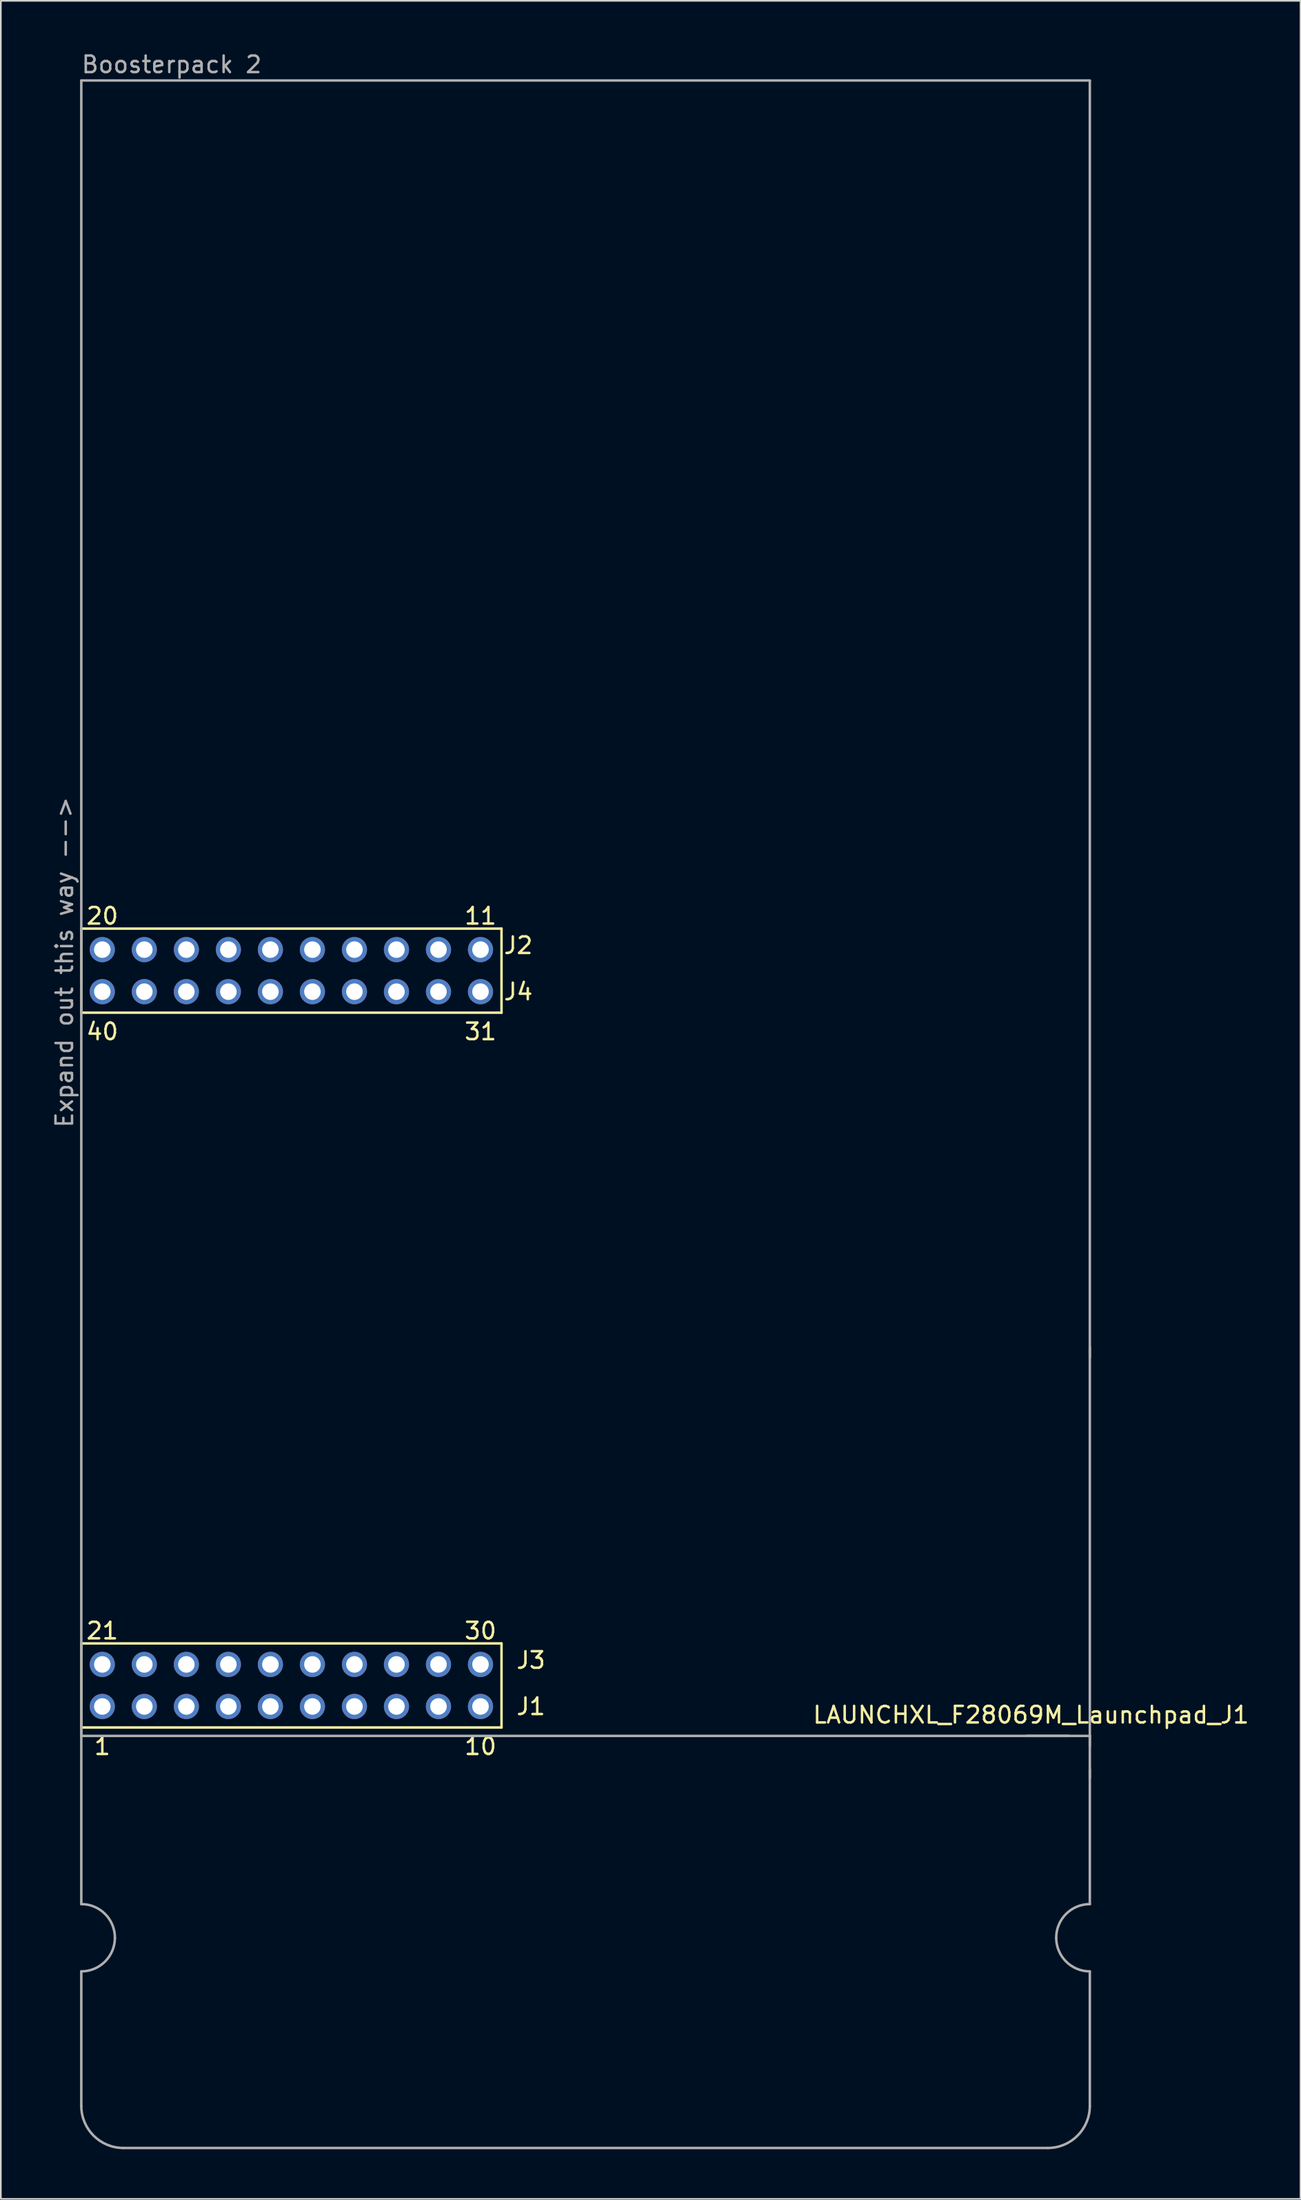
<source format=kicad_pcb>
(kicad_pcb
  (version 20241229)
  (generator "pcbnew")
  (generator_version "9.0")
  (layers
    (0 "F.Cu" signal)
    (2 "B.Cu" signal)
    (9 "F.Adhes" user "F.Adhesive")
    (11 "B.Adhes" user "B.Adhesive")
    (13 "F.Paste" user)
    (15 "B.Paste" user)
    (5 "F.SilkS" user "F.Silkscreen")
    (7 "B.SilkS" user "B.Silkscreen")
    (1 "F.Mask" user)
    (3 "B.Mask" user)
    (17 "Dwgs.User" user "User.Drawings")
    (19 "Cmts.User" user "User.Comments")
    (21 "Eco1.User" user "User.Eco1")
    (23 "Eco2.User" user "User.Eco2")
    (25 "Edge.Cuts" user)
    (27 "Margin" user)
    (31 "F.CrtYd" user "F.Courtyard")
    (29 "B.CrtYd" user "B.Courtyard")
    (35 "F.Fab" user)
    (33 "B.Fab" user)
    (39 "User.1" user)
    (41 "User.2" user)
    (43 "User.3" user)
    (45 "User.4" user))
  (footprint "LAUNCHXL_F28069M_Launchpad_J1"
    (layer "F.Cu")
    (at 1.864 101.305)
    (property "Reference" "LAUNCHXL_F28069M_Launchpad_J1" (at 57.404 -0.762 180) (layer "F.SilkS") (effects (font (size 1 1) (thickness 0.15))))
    (attr through_hole)
    (fp_line (start 0 -48.26) (end 0 -43.18) (stroke (width 0.15) (type solid)) (layer "F.SilkS"))
    (fp_line (start 0 -43.18) (end 25.4 -43.18) (stroke (width 0.15) (type solid)) (layer "F.SilkS"))
    (fp_line (start 0 -5.08) (end 0 0) (stroke (width 0.15) (type solid)) (layer "F.SilkS"))
    (fp_line (start 0 0) (end 25.4 0) (stroke (width 0.15) (type solid)) (layer "F.SilkS"))
    (fp_line (start 25.4 -48.26) (end 0 -48.26) (stroke (width 0.15) (type solid)) (layer "F.SilkS"))
    (fp_line (start 25.4 -43.18) (end 25.4 -48.26) (stroke (width 0.15) (type solid)) (layer "F.SilkS"))
    (fp_line (start 25.4 -5.08) (end 0 -5.08) (stroke (width 0.15) (type solid)) (layer "F.SilkS"))
    (fp_line (start 25.4 0) (end 25.4 -5.08) (stroke (width 0.15) (type solid)) (layer "F.SilkS"))
    (fp_line (start 0 -99.492) (end 60.96 -99.492) (stroke (width 0.15) (type solid)) (layer "F.Fab"))
    (fp_line (start 0 0) (end 0 10.668) (stroke (width 0.15) (type solid)) (layer "F.Fab"))
    (fp_line (start 0 0.508) (end 0 -99.492) (stroke (width 0.15) (type solid)) (layer "F.Fab"))
    (fp_line (start 0 0.508) (end 60.96 0.508) (stroke (width 0.15) (type solid)) (layer "F.Fab"))
    (fp_line (start 0 14.732) (end 0 22.86) (stroke (width 0.15) (type solid)) (layer "F.Fab"))
    (fp_line (start 57.15 0.508) (end 59.69 0.508) (stroke (width 0.15) (type solid)) (layer "F.Fab"))
    (fp_line (start 58.42 25.4) (end 2.54 25.4) (stroke (width 0.15) (type solid)) (layer "F.Fab"))
    (fp_line (start 60.96 -22.987) (end 60.96 1.143) (stroke (width 0.15) (type solid)) (layer "F.Fab"))
    (fp_line (start 60.96 -22.352) (end 60.96 -99.492) (stroke (width 0.15) (type solid)) (layer "F.Fab"))
    (fp_line (start 60.96 0.508) (end 60.96 3.048) (stroke (width 0.15) (type solid)) (layer "F.Fab"))
    (fp_line (start 60.96 2.54) (end 60.96 10.668) (stroke (width 0.15) (type solid)) (layer "F.Fab"))
    (fp_line (start 60.96 14.732) (end 60.96 22.86) (stroke (width 0.15) (type solid)) (layer "F.Fab"))
    (fp_arc (start 0 10.668) (mid 1.436841 11.263159) (end 2.032 12.7) (stroke (width 0.15) (type solid)) (layer "F.Fab"))
    (fp_arc (start 2.032 12.7) (mid 1.436841 14.136841) (end 0 14.732) (stroke (width 0.15) (type solid)) (layer "F.Fab"))
    (fp_arc (start 2.54 25.4) (mid 0.743949 24.656051) (end 0 22.86) (stroke (width 0.15) (type solid)) (layer "F.Fab"))
    (fp_arc (start 58.928 12.7) (mid 59.523159 11.263159) (end 60.96 10.668) (stroke (width 0.15) (type solid)) (layer "F.Fab"))
    (fp_arc (start 60.96 14.732) (mid 59.523159 14.136841) (end 58.928 12.7) (stroke (width 0.15) (type solid)) (layer "F.Fab"))
    (fp_arc (start 60.96 22.86) (mid 60.216051 24.656051) (end 58.42 25.4) (stroke (width 0.15) (type solid)) (layer "F.Fab"))
    (fp_text user "40" (at 1.27 -42.037 0) (layer "F.SilkS") (effects (font (size 1 1) (thickness 0.15))))
    (fp_text user "J3" (at 27.178 -4.064 0) (layer "F.SilkS") (effects (font (size 1 1) (thickness 0.15))))
    (fp_text user "30" (at 24.13 -5.842 0) (layer "F.SilkS") (effects (font (size 1 1) (thickness 0.15))))
    (fp_text user "20" (at 1.27 -49.022 0) (layer "F.SilkS") (effects (font (size 1 1) (thickness 0.15))))
    (fp_text user "31" (at 24.13 -42.037 0) (layer "F.SilkS") (effects (font (size 1 1) (thickness 0.15))))
    (fp_text user "10" (at 24.13 1.143 180) (layer "F.SilkS") (effects (font (size 1 1) (thickness 0.15))))
    (fp_text user "J1" (at 27.178 -1.27 0) (layer "F.SilkS") (effects (font (size 1 1) (thickness 0.15))))
    (fp_text user "11" (at 24.13 -49.022 0) (layer "F.SilkS") (effects (font (size 1 1) (thickness 0.15))))
    (fp_text user "1" (at 1.27 1.143 180) (layer "F.SilkS") (effects (font (size 1 1) (thickness 0.15))))
    (fp_text user "J2" (at 26.416 -47.244 0) (layer "F.SilkS") (effects (font (size 1 1) (thickness 0.15))))
    (fp_text user "21" (at 1.27 -5.842 0) (layer "F.SilkS") (effects (font (size 1 1) (thickness 0.15))))
    (fp_text user "J4" (at 26.416 -44.45 0) (layer "F.SilkS") (effects (font (size 1 1) (thickness 0.15))))
    (fp_text user "Expand out this way -->" (at -1.016 -46.228 90) (layer "F.Fab") (effects (font (size 1 1) (thickness 0.15))))
    (fp_text user "Boosterpack 2" (at 5.461 -100.457 0) (layer "F.Fab") (effects (font (size 1 1) (thickness 0.15))))
    (pad "+3V3" thru_hole circle (at 1.27 -1.27 180) (size 1.52 1.52) (drill 1) (layers "*.Cu" "*.Mask" "F.Paste"))
    (pad "+5V" thru_hole circle (at 1.27 -3.81 180) (size 1.52 1.52) (drill 1) (layers "*.Cu" "*.Mask" "F.Paste"))
    (pad "A_A0" thru_hole circle (at 16.51 -3.81 180) (size 1.52 1.52) (drill 1) (layers "*.Cu" "*.Mask" "F.Paste"))
    (pad "A_A1" thru_hole circle (at 21.59 -3.81 180) (size 1.52 1.52) (drill 1) (layers "*.Cu" "*.Mask" "F.Paste"))
    (pad "A_A2" thru_hole circle (at 11.43 -3.81 180) (size 1.52 1.52) (drill 1) (layers "*.Cu" "*.Mask" "F.Paste"))
    (pad "A_A6" thru_hole circle (at 3.81 -1.27 180) (size 1.52 1.52) (drill 1) (layers "*.Cu" "*.Mask" "F.Paste"))
    (pad "A_A7" thru_hole circle (at 6.35 -3.81 180) (size 1.52 1.52) (drill 1) (layers "*.Cu" "*.Mask" "F.Paste"))
    (pad "A_B0" thru_hole circle (at 19.05 -3.81 180) (size 1.52 1.52) (drill 1) (layers "*.Cu" "*.Mask" "F.Paste"))
    (pad "A_B1" thru_hole circle (at 8.89 -3.81 180) (size 1.52 1.52) (drill 1) (layers "*.Cu" "*.Mask" "F.Paste"))
    (pad "A_B2" thru_hole circle (at 13.97 -3.81 180) (size 1.52 1.52) (drill 1) (layers "*.Cu" "*.Mask" "F.Paste"))
    (pad "A_B6" thru_hole circle (at 13.97 -1.27 180) (size 1.52 1.52) (drill 1) (layers "*.Cu" "*.Mask" "F.Paste"))
    (pad "DAC1" thru_hole circle (at 21.59 -44.45 180) (size 1.52 1.52) (drill 1) (layers "*.Cu" "*.Mask" "F.Paste"))
    (pad "DAC2" thru_hole circle (at 24.13 -44.45 180) (size 1.52 1.52) (drill 1) (layers "*.Cu" "*.Mask" "F.Paste"))
    (pad "GND" thru_hole circle (at 1.27 -46.99 180) (size 1.52 1.52) (drill 1) (layers "*.Cu" "*.Mask" "F.Paste"))
    (pad "GND" thru_hole circle (at 3.81 -3.81 180) (size 1.52 1.52) (drill 1) (layers "*.Cu" "*.Mask" "F.Paste"))
    (pad "NC" thru_hole circle (at 8.89 -46.99 180) (size 1.52 1.52) (drill 1) (layers "*.Cu" "*.Mask" "F.Paste"))
    (pad "NC" thru_hole circle (at 19.05 -44.45 180) (size 1.52 1.52) (drill 1) (layers "*.Cu" "*.Mask" "F.Paste"))
    (pad "NC" thru_hole circle (at 24.13 -3.81 180) (size 1.52 1.52) (drill 1) (layers "*.Cu" "*.Mask" "F.Paste"))
    (pad "P_0" thru_hole circle (at 1.27 -44.45 180) (size 1.52 1.52) (drill 1) (layers "*.Cu" "*.Mask" "F.Paste"))
    (pad "P_1" thru_hole circle (at 3.81 -44.45 180) (size 1.52 1.52) (drill 1) (layers "*.Cu" "*.Mask" "F.Paste"))
    (pad "P_2" thru_hole circle (at 6.35 -44.45 180) (size 1.52 1.52) (drill 1) (layers "*.Cu" "*.Mask" "F.Paste"))
    (pad "P_3" thru_hole circle (at 8.89 -44.45 180) (size 1.52 1.52) (drill 1) (layers "*.Cu" "*.Mask" "F.Paste"))
    (pad "P_4" thru_hole circle (at 11.43 -44.45 180) (size 1.52 1.52) (drill 1) (layers "*.Cu" "*.Mask" "F.Paste"))
    (pad "P_5" thru_hole circle (at 13.97 -44.45 180) (size 1.52 1.52) (drill 1) (layers "*.Cu" "*.Mask" "F.Paste"))
    (pad "P_12" thru_hole circle (at 11.43 -1.27 180) (size 1.52 1.52) (drill 1) (layers "*.Cu" "*.Mask" "F.Paste"))
    (pad "P_13" thru_hole circle (at 16.51 -44.45 180) (size 1.52 1.52) (drill 1) (layers "*.Cu" "*.Mask" "F.Paste"))
    (pad "P_16" thru_hole circle (at 13.97 -46.99 180) (size 1.52 1.52) (drill 1) (layers "*.Cu" "*.Mask" "F.Paste"))
    (pad "P_17" thru_hole circle (at 16.51 -46.99 180) (size 1.52 1.52) (drill 1) (layers "*.Cu" "*.Mask" "F.Paste"))
    (pad "P_18" thru_hole circle (at 16.51 -1.27 180) (size 1.52 1.52) (drill 1) (layers "*.Cu" "*.Mask" "F.Paste"))
    (pad "P_19" thru_hole circle (at 3.81 -46.99 180) (size 1.52 1.52) (drill 1) (layers "*.Cu" "*.Mask" "F.Paste"))
    (pad "P_22" thru_hole circle (at 19.05 -1.27 180) (size 1.52 1.52) (drill 1) (layers "*.Cu" "*.Mask" "F.Paste"))
    (pad "P_28" thru_hole circle (at 6.35 -1.27 180) (size 1.52 1.52) (drill 1) (layers "*.Cu" "*.Mask" "F.Paste"))
    (pad "P_29" thru_hole circle (at 8.89 -1.27 180) (size 1.52 1.52) (drill 1) (layers "*.Cu" "*.Mask" "F.Paste"))
    (pad "P_32" thru_hole circle (at 24.13 -1.27 180) (size 1.52 1.52) (drill 1) (layers "*.Cu" "*.Mask" "F.Paste"))
    (pad "P_33" thru_hole circle (at 21.59 -1.27 180) (size 1.52 1.52) (drill 1) (layers "*.Cu" "*.Mask" "F.Paste"))
    (pad "P_44" thru_hole circle (at 6.35 -46.99 180) (size 1.52 1.52) (drill 1) (layers "*.Cu" "*.Mask" "F.Paste"))
    (pad "P_50" thru_hole circle (at 19.05 -46.99 180) (size 1.52 1.52) (drill 1) (layers "*.Cu" "*.Mask" "F.Paste"))
    (pad "P_51" thru_hole circle (at 21.59 -46.99 180) (size 1.52 1.52) (drill 1) (layers "*.Cu" "*.Mask" "F.Paste"))
    (pad "P_55" thru_hole circle (at 24.13 -46.99 180) (size 1.52 1.52) (drill 1) (layers "*.Cu" "*.Mask" "F.Paste"))
    (pad "Rese" thru_hole circle (at 11.43 -46.99 180) (size 1.52 1.52) (drill 1) (layers "*.Cu" "*.Mask" "F.Paste")))
  (gr_rect
    (start -3 -3)
    (end 75.56 129.78)
    (stroke (width 0.1) (type default))
    (fill no)
    (layer "Edge.Cuts")))
</source>
